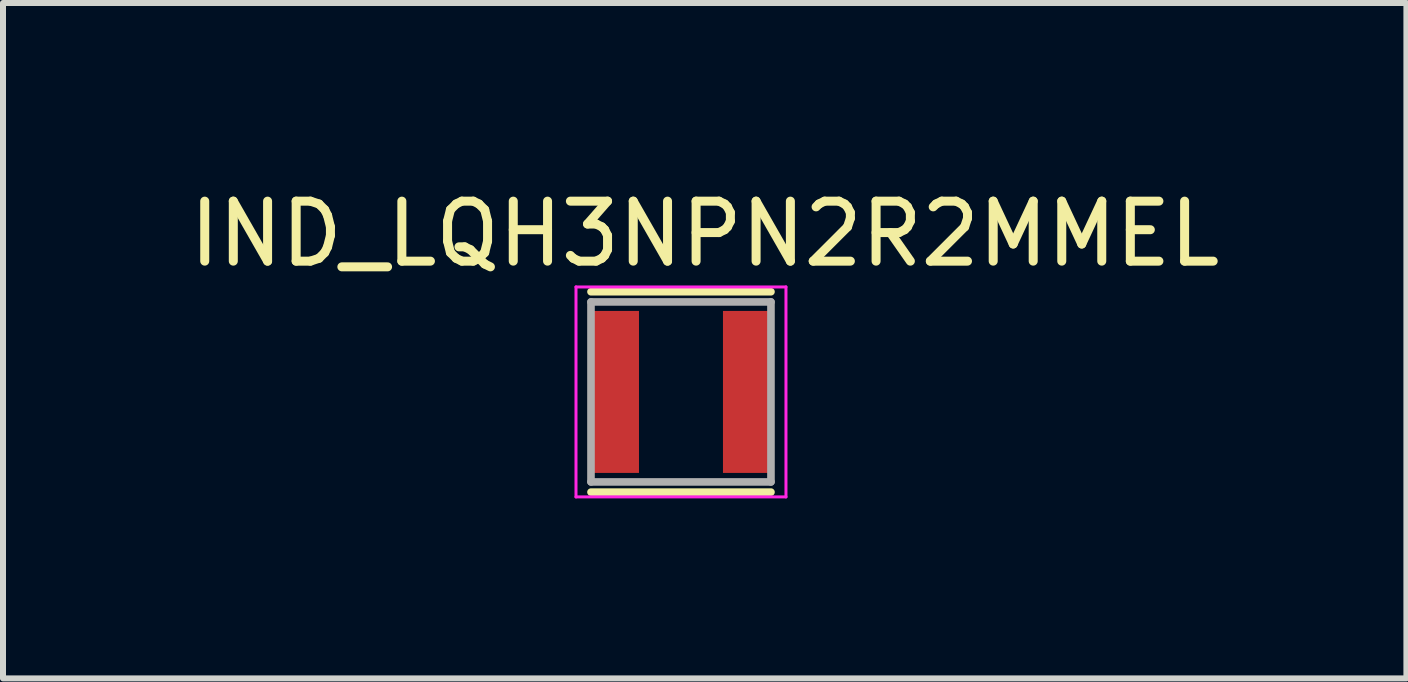
<source format=kicad_pcb>
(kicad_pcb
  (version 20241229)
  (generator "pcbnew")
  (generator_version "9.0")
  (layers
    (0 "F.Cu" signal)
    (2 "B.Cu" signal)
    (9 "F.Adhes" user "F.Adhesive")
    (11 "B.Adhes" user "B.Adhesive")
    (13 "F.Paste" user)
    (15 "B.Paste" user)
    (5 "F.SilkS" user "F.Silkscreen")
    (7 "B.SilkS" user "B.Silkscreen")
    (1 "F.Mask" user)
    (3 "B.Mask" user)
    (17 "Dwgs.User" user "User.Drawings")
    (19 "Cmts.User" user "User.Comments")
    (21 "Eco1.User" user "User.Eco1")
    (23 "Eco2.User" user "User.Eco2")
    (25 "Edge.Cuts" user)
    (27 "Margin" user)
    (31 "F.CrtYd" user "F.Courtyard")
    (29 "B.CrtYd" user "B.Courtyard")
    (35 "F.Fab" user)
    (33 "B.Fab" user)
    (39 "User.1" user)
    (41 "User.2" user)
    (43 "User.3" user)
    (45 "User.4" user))
  (footprint "IND_LQH3NPN2R2MMEL"
    (layer "F.Cu")
    (at 8.301 3.483)
    (property "Reference" "IND_LQH3NPN2R2MMEL" (at 0.395 -2.635 0) (layer "F.SilkS") (effects (font (size 1 1) (thickness 0.15))))
    (attr smd)
    (fp_line (start -1.5 -1.67) (end 1.5 -1.67) (stroke (width 0.127) (type solid)) (layer "F.SilkS"))
    (fp_line (start -1.5 1.67) (end 1.5 1.67) (stroke (width 0.127) (type solid)) (layer "F.SilkS"))
    (fp_line (start -1.75 -1.75) (end 1.75 -1.75) (stroke (width 0.05) (type solid)) (layer "F.CrtYd"))
    (fp_line (start -1.75 1.75) (end -1.75 -1.75) (stroke (width 0.05) (type solid)) (layer "F.CrtYd"))
    (fp_line (start 1.75 -1.75) (end 1.75 1.75) (stroke (width 0.05) (type solid)) (layer "F.CrtYd"))
    (fp_line (start 1.75 1.75) (end -1.75 1.75) (stroke (width 0.05) (type solid)) (layer "F.CrtYd"))
    (fp_line (start -1.5 -1.5) (end 1.5 -1.5) (stroke (width 0.127) (type solid)) (layer "F.Fab"))
    (fp_line (start -1.5 1.5) (end -1.5 -1.5) (stroke (width 0.127) (type solid)) (layer "F.Fab"))
    (fp_line (start 1.5 -1.5) (end 1.5 1.5) (stroke (width 0.127) (type solid)) (layer "F.Fab"))
    (fp_line (start 1.5 1.5) (end -1.5 1.5) (stroke (width 0.127) (type solid)) (layer "F.Fab"))
    (pad "1" smd rect (at -1.1 0) (size 0.8 2.7) (layers "F.Cu" "F.Mask" "F.Paste"))
    (pad "2" smd rect (at 1.1 0) (size 0.8 2.7) (layers "F.Cu" "F.Mask" "F.Paste")))
  (gr_rect
    (start -3 -3)
    (end 20.393 8.258)
    (stroke (width 0.1) (type default))
    (fill no)
    (layer "Edge.Cuts")))
</source>
